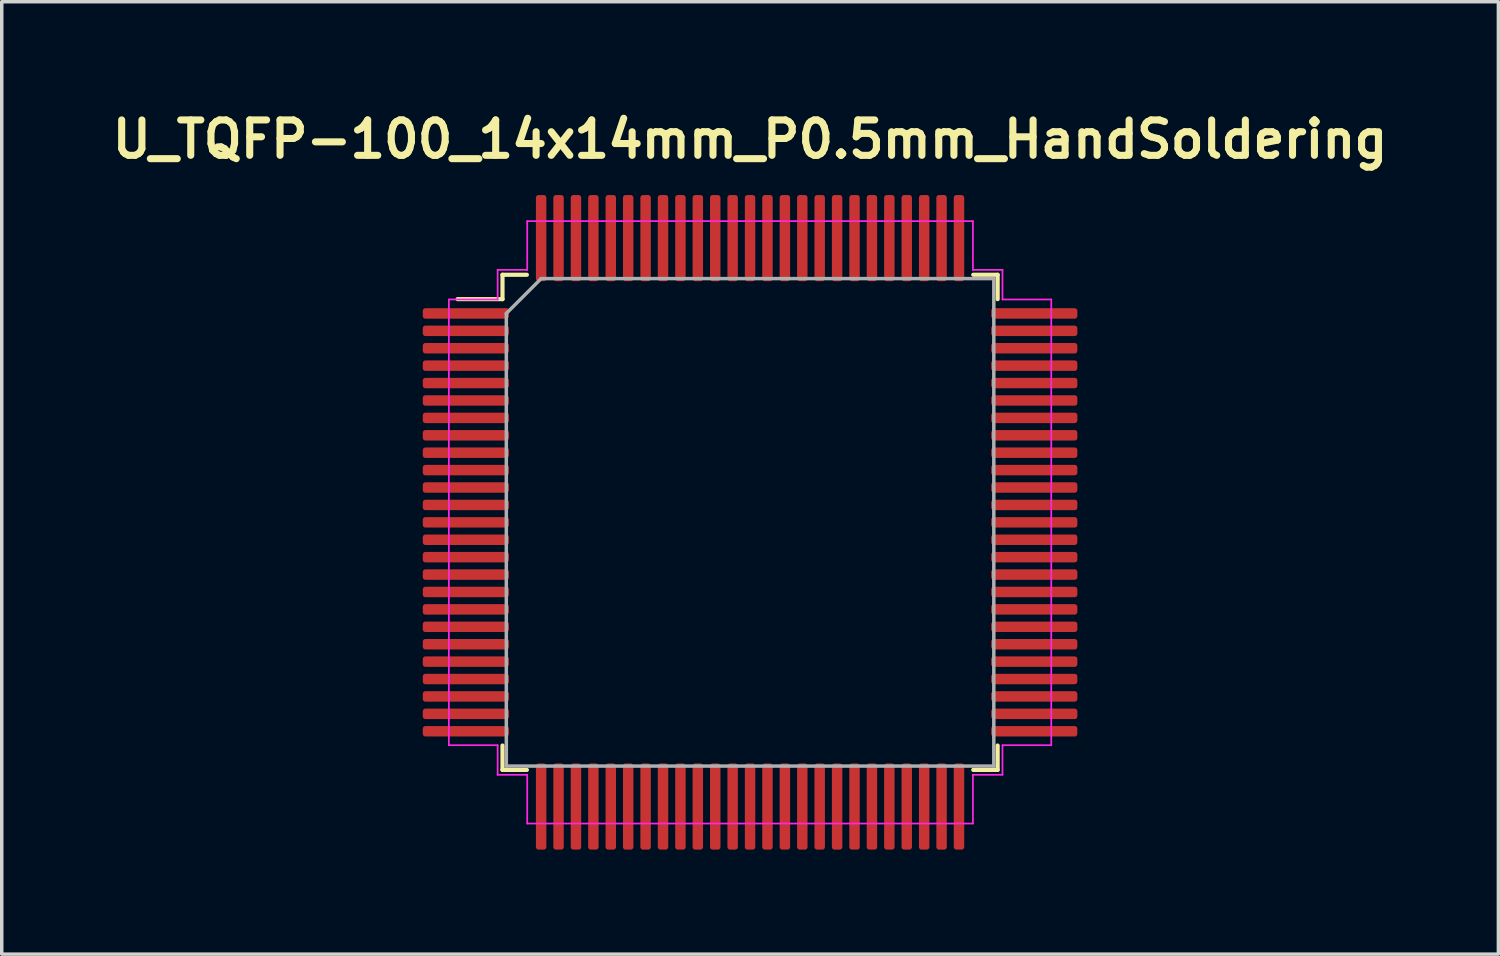
<source format=kicad_pcb>
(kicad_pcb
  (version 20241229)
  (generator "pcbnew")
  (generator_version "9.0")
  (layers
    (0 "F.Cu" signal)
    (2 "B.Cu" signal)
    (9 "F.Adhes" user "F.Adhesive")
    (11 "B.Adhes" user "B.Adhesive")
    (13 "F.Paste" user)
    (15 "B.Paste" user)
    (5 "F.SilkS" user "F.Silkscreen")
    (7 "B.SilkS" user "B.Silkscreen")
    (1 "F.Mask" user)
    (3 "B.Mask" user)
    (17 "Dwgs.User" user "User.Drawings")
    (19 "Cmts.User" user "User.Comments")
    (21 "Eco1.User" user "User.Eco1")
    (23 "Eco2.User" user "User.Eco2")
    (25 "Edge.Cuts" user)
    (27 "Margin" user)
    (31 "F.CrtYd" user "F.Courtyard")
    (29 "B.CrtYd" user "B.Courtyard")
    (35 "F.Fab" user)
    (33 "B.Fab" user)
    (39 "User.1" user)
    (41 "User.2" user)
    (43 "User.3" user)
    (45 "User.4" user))
  (footprint "U_TQFP-100_14x14mm_P0.5mm_HandSoldering"
    (layer "F.Cu")
    (at 18.491 11.951)
    (property "Reference" "U_TQFP-100_14x14mm_P0.5mm_HandSoldering" (at 0 -11 0) (layer "F.SilkS") (effects (font (size 1.016 1.016) (thickness 0.203))))
    (attr smd)
    (fp_line (start -7.11 -7.11) (end -7.11 -6.41) (stroke (width 0.12) (type solid)) (layer "F.SilkS"))
    (fp_line (start -7.11 -6.41) (end -8.4 -6.41) (stroke (width 0.12) (type solid)) (layer "F.SilkS"))
    (fp_line (start -7.11 7.11) (end -7.11 6.41) (stroke (width 0.12) (type solid)) (layer "F.SilkS"))
    (fp_line (start -6.41 -7.11) (end -7.11 -7.11) (stroke (width 0.12) (type solid)) (layer "F.SilkS"))
    (fp_line (start -6.41 7.11) (end -7.11 7.11) (stroke (width 0.12) (type solid)) (layer "F.SilkS"))
    (fp_line (start 6.41 -7.11) (end 7.11 -7.11) (stroke (width 0.12) (type solid)) (layer "F.SilkS"))
    (fp_line (start 6.41 7.11) (end 7.11 7.11) (stroke (width 0.12) (type solid)) (layer "F.SilkS"))
    (fp_line (start 7.11 -7.11) (end 7.11 -6.41) (stroke (width 0.12) (type solid)) (layer "F.SilkS"))
    (fp_line (start 7.11 7.11) (end 7.11 6.41) (stroke (width 0.12) (type solid)) (layer "F.SilkS"))
    (fp_line (start -8.65 -6.4) (end -8.65 0) (stroke (width 0.05) (type solid)) (layer "F.CrtYd"))
    (fp_line (start -8.65 6.4) (end -8.65 0) (stroke (width 0.05) (type solid)) (layer "F.CrtYd"))
    (fp_line (start -7.25 -7.25) (end -7.25 -6.4) (stroke (width 0.05) (type solid)) (layer "F.CrtYd"))
    (fp_line (start -7.25 -6.4) (end -8.65 -6.4) (stroke (width 0.05) (type solid)) (layer "F.CrtYd"))
    (fp_line (start -7.25 6.4) (end -8.65 6.4) (stroke (width 0.05) (type solid)) (layer "F.CrtYd"))
    (fp_line (start -7.25 7.25) (end -7.25 6.4) (stroke (width 0.05) (type solid)) (layer "F.CrtYd"))
    (fp_line (start -6.4 -8.65) (end -6.4 -7.25) (stroke (width 0.05) (type solid)) (layer "F.CrtYd"))
    (fp_line (start -6.4 -7.25) (end -7.25 -7.25) (stroke (width 0.05) (type solid)) (layer "F.CrtYd"))
    (fp_line (start -6.4 7.25) (end -7.25 7.25) (stroke (width 0.05) (type solid)) (layer "F.CrtYd"))
    (fp_line (start -6.4 8.65) (end -6.4 7.25) (stroke (width 0.05) (type solid)) (layer "F.CrtYd"))
    (fp_line (start 0 -8.65) (end -6.4 -8.65) (stroke (width 0.05) (type solid)) (layer "F.CrtYd"))
    (fp_line (start 0 -8.65) (end 6.4 -8.65) (stroke (width 0.05) (type solid)) (layer "F.CrtYd"))
    (fp_line (start 0 8.65) (end -6.4 8.65) (stroke (width 0.05) (type solid)) (layer "F.CrtYd"))
    (fp_line (start 0 8.65) (end 6.4 8.65) (stroke (width 0.05) (type solid)) (layer "F.CrtYd"))
    (fp_line (start 6.4 -8.65) (end 6.4 -7.25) (stroke (width 0.05) (type solid)) (layer "F.CrtYd"))
    (fp_line (start 6.4 -7.25) (end 7.25 -7.25) (stroke (width 0.05) (type solid)) (layer "F.CrtYd"))
    (fp_line (start 6.4 7.25) (end 7.25 7.25) (stroke (width 0.05) (type solid)) (layer "F.CrtYd"))
    (fp_line (start 6.4 8.65) (end 6.4 7.25) (stroke (width 0.05) (type solid)) (layer "F.CrtYd"))
    (fp_line (start 7.25 -7.25) (end 7.25 -6.4) (stroke (width 0.05) (type solid)) (layer "F.CrtYd"))
    (fp_line (start 7.25 -6.4) (end 8.65 -6.4) (stroke (width 0.05) (type solid)) (layer "F.CrtYd"))
    (fp_line (start 7.25 6.4) (end 8.65 6.4) (stroke (width 0.05) (type solid)) (layer "F.CrtYd"))
    (fp_line (start 7.25 7.25) (end 7.25 6.4) (stroke (width 0.05) (type solid)) (layer "F.CrtYd"))
    (fp_line (start 8.65 -6.4) (end 8.65 0) (stroke (width 0.05) (type solid)) (layer "F.CrtYd"))
    (fp_line (start 8.65 6.4) (end 8.65 0) (stroke (width 0.05) (type solid)) (layer "F.CrtYd"))
    (fp_line (start -7 -6) (end -6 -7) (stroke (width 0.1) (type solid)) (layer "F.Fab"))
    (fp_line (start -7 7) (end -7 -6) (stroke (width 0.1) (type solid)) (layer "F.Fab"))
    (fp_line (start -6 -7) (end 7 -7) (stroke (width 0.1) (type solid)) (layer "F.Fab"))
    (fp_line (start 7 -7) (end 7 7) (stroke (width 0.1) (type solid)) (layer "F.Fab"))
    (fp_line (start 7 7) (end -7 7) (stroke (width 0.1) (type solid)) (layer "F.Fab"))
    (pad "1" smd roundrect (at -8.162 -6) (size 2.475 0.3) (layers "F.Cu" "F.Mask" "F.Paste") (roundrect_rratio 0.25))
    (pad "2" smd roundrect (at -8.162 -5.5) (size 2.475 0.3) (layers "F.Cu" "F.Mask" "F.Paste") (roundrect_rratio 0.25))
    (pad "3" smd roundrect (at -8.162 -5) (size 2.475 0.3) (layers "F.Cu" "F.Mask" "F.Paste") (roundrect_rratio 0.25))
    (pad "4" smd roundrect (at -8.162 -4.5) (size 2.475 0.3) (layers "F.Cu" "F.Mask" "F.Paste") (roundrect_rratio 0.25))
    (pad "5" smd roundrect (at -8.162 -4) (size 2.475 0.3) (layers "F.Cu" "F.Mask" "F.Paste") (roundrect_rratio 0.25))
    (pad "6" smd roundrect (at -8.162 -3.5) (size 2.475 0.3) (layers "F.Cu" "F.Mask" "F.Paste") (roundrect_rratio 0.25))
    (pad "7" smd roundrect (at -8.162 -3) (size 2.475 0.3) (layers "F.Cu" "F.Mask" "F.Paste") (roundrect_rratio 0.25))
    (pad "8" smd roundrect (at -8.162 -2.5) (size 2.475 0.3) (layers "F.Cu" "F.Mask" "F.Paste") (roundrect_rratio 0.25))
    (pad "9" smd roundrect (at -8.162 -2) (size 2.475 0.3) (layers "F.Cu" "F.Mask" "F.Paste") (roundrect_rratio 0.25))
    (pad "10" smd roundrect (at -8.162 -1.5) (size 2.475 0.3) (layers "F.Cu" "F.Mask" "F.Paste") (roundrect_rratio 0.25))
    (pad "11" smd roundrect (at -8.162 -1) (size 2.475 0.3) (layers "F.Cu" "F.Mask" "F.Paste") (roundrect_rratio 0.25))
    (pad "12" smd roundrect (at -8.162 -0.5) (size 2.475 0.3) (layers "F.Cu" "F.Mask" "F.Paste") (roundrect_rratio 0.25))
    (pad "13" smd roundrect (at -8.162 0) (size 2.475 0.3) (layers "F.Cu" "F.Mask" "F.Paste") (roundrect_rratio 0.25))
    (pad "14" smd roundrect (at -8.162 0.5) (size 2.475 0.3) (layers "F.Cu" "F.Mask" "F.Paste") (roundrect_rratio 0.25))
    (pad "15" smd roundrect (at -8.162 1) (size 2.475 0.3) (layers "F.Cu" "F.Mask" "F.Paste") (roundrect_rratio 0.25))
    (pad "16" smd roundrect (at -8.162 1.5) (size 2.475 0.3) (layers "F.Cu" "F.Mask" "F.Paste") (roundrect_rratio 0.25))
    (pad "17" smd roundrect (at -8.162 2) (size 2.475 0.3) (layers "F.Cu" "F.Mask" "F.Paste") (roundrect_rratio 0.25))
    (pad "18" smd roundrect (at -8.162 2.5) (size 2.475 0.3) (layers "F.Cu" "F.Mask" "F.Paste") (roundrect_rratio 0.25))
    (pad "19" smd roundrect (at -8.162 3) (size 2.475 0.3) (layers "F.Cu" "F.Mask" "F.Paste") (roundrect_rratio 0.25))
    (pad "20" smd roundrect (at -8.162 3.5) (size 2.475 0.3) (layers "F.Cu" "F.Mask" "F.Paste") (roundrect_rratio 0.25))
    (pad "21" smd roundrect (at -8.162 4) (size 2.475 0.3) (layers "F.Cu" "F.Mask" "F.Paste") (roundrect_rratio 0.25))
    (pad "22" smd roundrect (at -8.162 4.5) (size 2.475 0.3) (layers "F.Cu" "F.Mask" "F.Paste") (roundrect_rratio 0.25))
    (pad "23" smd roundrect (at -8.162 5) (size 2.475 0.3) (layers "F.Cu" "F.Mask" "F.Paste") (roundrect_rratio 0.25))
    (pad "24" smd roundrect (at -8.162 5.5) (size 2.475 0.3) (layers "F.Cu" "F.Mask" "F.Paste") (roundrect_rratio 0.25))
    (pad "25" smd roundrect (at -8.162 6) (size 2.475 0.3) (layers "F.Cu" "F.Mask" "F.Paste") (roundrect_rratio 0.25))
    (pad "26" smd roundrect (at -6 8.162) (size 0.3 2.475) (layers "F.Cu" "F.Mask" "F.Paste") (roundrect_rratio 0.25))
    (pad "27" smd roundrect (at -5.5 8.162) (size 0.3 2.475) (layers "F.Cu" "F.Mask" "F.Paste") (roundrect_rratio 0.25))
    (pad "28" smd roundrect (at -5 8.162) (size 0.3 2.475) (layers "F.Cu" "F.Mask" "F.Paste") (roundrect_rratio 0.25))
    (pad "29" smd roundrect (at -4.5 8.162) (size 0.3 2.475) (layers "F.Cu" "F.Mask" "F.Paste") (roundrect_rratio 0.25))
    (pad "30" smd roundrect (at -4 8.162) (size 0.3 2.475) (layers "F.Cu" "F.Mask" "F.Paste") (roundrect_rratio 0.25))
    (pad "31" smd roundrect (at -3.5 8.162) (size 0.3 2.475) (layers "F.Cu" "F.Mask" "F.Paste") (roundrect_rratio 0.25))
    (pad "32" smd roundrect (at -3 8.162) (size 0.3 2.475) (layers "F.Cu" "F.Mask" "F.Paste") (roundrect_rratio 0.25))
    (pad "33" smd roundrect (at -2.5 8.162) (size 0.3 2.475) (layers "F.Cu" "F.Mask" "F.Paste") (roundrect_rratio 0.25))
    (pad "34" smd roundrect (at -2 8.162) (size 0.3 2.475) (layers "F.Cu" "F.Mask" "F.Paste") (roundrect_rratio 0.25))
    (pad "35" smd roundrect (at -1.5 8.162) (size 0.3 2.475) (layers "F.Cu" "F.Mask" "F.Paste") (roundrect_rratio 0.25))
    (pad "36" smd roundrect (at -1 8.162) (size 0.3 2.475) (layers "F.Cu" "F.Mask" "F.Paste") (roundrect_rratio 0.25))
    (pad "37" smd roundrect (at -0.5 8.162) (size 0.3 2.475) (layers "F.Cu" "F.Mask" "F.Paste") (roundrect_rratio 0.25))
    (pad "38" smd roundrect (at 0 8.162) (size 0.3 2.475) (layers "F.Cu" "F.Mask" "F.Paste") (roundrect_rratio 0.25))
    (pad "39" smd roundrect (at 0.5 8.162) (size 0.3 2.475) (layers "F.Cu" "F.Mask" "F.Paste") (roundrect_rratio 0.25))
    (pad "40" smd roundrect (at 1 8.162) (size 0.3 2.475) (layers "F.Cu" "F.Mask" "F.Paste") (roundrect_rratio 0.25))
    (pad "41" smd roundrect (at 1.5 8.162) (size 0.3 2.475) (layers "F.Cu" "F.Mask" "F.Paste") (roundrect_rratio 0.25))
    (pad "42" smd roundrect (at 2 8.162) (size 0.3 2.475) (layers "F.Cu" "F.Mask" "F.Paste") (roundrect_rratio 0.25))
    (pad "43" smd roundrect (at 2.5 8.162) (size 0.3 2.475) (layers "F.Cu" "F.Mask" "F.Paste") (roundrect_rratio 0.25))
    (pad "44" smd roundrect (at 3 8.162) (size 0.3 2.475) (layers "F.Cu" "F.Mask" "F.Paste") (roundrect_rratio 0.25))
    (pad "45" smd roundrect (at 3.5 8.162) (size 0.3 2.475) (layers "F.Cu" "F.Mask" "F.Paste") (roundrect_rratio 0.25))
    (pad "46" smd roundrect (at 4 8.162) (size 0.3 2.475) (layers "F.Cu" "F.Mask" "F.Paste") (roundrect_rratio 0.25))
    (pad "47" smd roundrect (at 4.5 8.162) (size 0.3 2.475) (layers "F.Cu" "F.Mask" "F.Paste") (roundrect_rratio 0.25))
    (pad "48" smd roundrect (at 5 8.162) (size 0.3 2.475) (layers "F.Cu" "F.Mask" "F.Paste") (roundrect_rratio 0.25))
    (pad "49" smd roundrect (at 5.5 8.162) (size 0.3 2.475) (layers "F.Cu" "F.Mask" "F.Paste") (roundrect_rratio 0.25))
    (pad "50" smd roundrect (at 6 8.162) (size 0.3 2.475) (layers "F.Cu" "F.Mask" "F.Paste") (roundrect_rratio 0.25))
    (pad "51" smd roundrect (at 8.162 6) (size 2.475 0.3) (layers "F.Cu" "F.Mask" "F.Paste") (roundrect_rratio 0.25))
    (pad "52" smd roundrect (at 8.162 5.5) (size 2.475 0.3) (layers "F.Cu" "F.Mask" "F.Paste") (roundrect_rratio 0.25))
    (pad "53" smd roundrect (at 8.162 5) (size 2.475 0.3) (layers "F.Cu" "F.Mask" "F.Paste") (roundrect_rratio 0.25))
    (pad "54" smd roundrect (at 8.162 4.5) (size 2.475 0.3) (layers "F.Cu" "F.Mask" "F.Paste") (roundrect_rratio 0.25))
    (pad "55" smd roundrect (at 8.162 4) (size 2.475 0.3) (layers "F.Cu" "F.Mask" "F.Paste") (roundrect_rratio 0.25))
    (pad "56" smd roundrect (at 8.162 3.5) (size 2.475 0.3) (layers "F.Cu" "F.Mask" "F.Paste") (roundrect_rratio 0.25))
    (pad "57" smd roundrect (at 8.162 3) (size 2.475 0.3) (layers "F.Cu" "F.Mask" "F.Paste") (roundrect_rratio 0.25))
    (pad "58" smd roundrect (at 8.162 2.5) (size 2.475 0.3) (layers "F.Cu" "F.Mask" "F.Paste") (roundrect_rratio 0.25))
    (pad "59" smd roundrect (at 8.162 2) (size 2.475 0.3) (layers "F.Cu" "F.Mask" "F.Paste") (roundrect_rratio 0.25))
    (pad "60" smd roundrect (at 8.162 1.5) (size 2.475 0.3) (layers "F.Cu" "F.Mask" "F.Paste") (roundrect_rratio 0.25))
    (pad "61" smd roundrect (at 8.162 1) (size 2.475 0.3) (layers "F.Cu" "F.Mask" "F.Paste") (roundrect_rratio 0.25))
    (pad "62" smd roundrect (at 8.162 0.5) (size 2.475 0.3) (layers "F.Cu" "F.Mask" "F.Paste") (roundrect_rratio 0.25))
    (pad "63" smd roundrect (at 8.162 0) (size 2.475 0.3) (layers "F.Cu" "F.Mask" "F.Paste") (roundrect_rratio 0.25))
    (pad "64" smd roundrect (at 8.162 -0.5) (size 2.475 0.3) (layers "F.Cu" "F.Mask" "F.Paste") (roundrect_rratio 0.25))
    (pad "65" smd roundrect (at 8.162 -1) (size 2.475 0.3) (layers "F.Cu" "F.Mask" "F.Paste") (roundrect_rratio 0.25))
    (pad "66" smd roundrect (at 8.162 -1.5) (size 2.475 0.3) (layers "F.Cu" "F.Mask" "F.Paste") (roundrect_rratio 0.25))
    (pad "67" smd roundrect (at 8.162 -2) (size 2.475 0.3) (layers "F.Cu" "F.Mask" "F.Paste") (roundrect_rratio 0.25))
    (pad "68" smd roundrect (at 8.162 -2.5) (size 2.475 0.3) (layers "F.Cu" "F.Mask" "F.Paste") (roundrect_rratio 0.25))
    (pad "69" smd roundrect (at 8.162 -3) (size 2.475 0.3) (layers "F.Cu" "F.Mask" "F.Paste") (roundrect_rratio 0.25))
    (pad "70" smd roundrect (at 8.162 -3.5) (size 2.475 0.3) (layers "F.Cu" "F.Mask" "F.Paste") (roundrect_rratio 0.25))
    (pad "71" smd roundrect (at 8.162 -4) (size 2.475 0.3) (layers "F.Cu" "F.Mask" "F.Paste") (roundrect_rratio 0.25))
    (pad "72" smd roundrect (at 8.162 -4.5) (size 2.475 0.3) (layers "F.Cu" "F.Mask" "F.Paste") (roundrect_rratio 0.25))
    (pad "73" smd roundrect (at 8.162 -5) (size 2.475 0.3) (layers "F.Cu" "F.Mask" "F.Paste") (roundrect_rratio 0.25))
    (pad "74" smd roundrect (at 8.162 -5.5) (size 2.475 0.3) (layers "F.Cu" "F.Mask" "F.Paste") (roundrect_rratio 0.25))
    (pad "75" smd roundrect (at 8.162 -6) (size 2.475 0.3) (layers "F.Cu" "F.Mask" "F.Paste") (roundrect_rratio 0.25))
    (pad "76" smd roundrect (at 6 -8.162) (size 0.3 2.475) (layers "F.Cu" "F.Mask" "F.Paste") (roundrect_rratio 0.25))
    (pad "77" smd roundrect (at 5.5 -8.162) (size 0.3 2.475) (layers "F.Cu" "F.Mask" "F.Paste") (roundrect_rratio 0.25))
    (pad "78" smd roundrect (at 5 -8.162) (size 0.3 2.475) (layers "F.Cu" "F.Mask" "F.Paste") (roundrect_rratio 0.25))
    (pad "79" smd roundrect (at 4.5 -8.162) (size 0.3 2.475) (layers "F.Cu" "F.Mask" "F.Paste") (roundrect_rratio 0.25))
    (pad "80" smd roundrect (at 4 -8.162) (size 0.3 2.475) (layers "F.Cu" "F.Mask" "F.Paste") (roundrect_rratio 0.25))
    (pad "81" smd roundrect (at 3.5 -8.162) (size 0.3 2.475) (layers "F.Cu" "F.Mask" "F.Paste") (roundrect_rratio 0.25))
    (pad "82" smd roundrect (at 3 -8.162) (size 0.3 2.475) (layers "F.Cu" "F.Mask" "F.Paste") (roundrect_rratio 0.25))
    (pad "83" smd roundrect (at 2.5 -8.162) (size 0.3 2.475) (layers "F.Cu" "F.Mask" "F.Paste") (roundrect_rratio 0.25))
    (pad "84" smd roundrect (at 2 -8.162) (size 0.3 2.475) (layers "F.Cu" "F.Mask" "F.Paste") (roundrect_rratio 0.25))
    (pad "85" smd roundrect (at 1.5 -8.162) (size 0.3 2.475) (layers "F.Cu" "F.Mask" "F.Paste") (roundrect_rratio 0.25))
    (pad "86" smd roundrect (at 1 -8.162) (size 0.3 2.475) (layers "F.Cu" "F.Mask" "F.Paste") (roundrect_rratio 0.25))
    (pad "87" smd roundrect (at 0.5 -8.162) (size 0.3 2.475) (layers "F.Cu" "F.Mask" "F.Paste") (roundrect_rratio 0.25))
    (pad "88" smd roundrect (at 0 -8.162) (size 0.3 2.475) (layers "F.Cu" "F.Mask" "F.Paste") (roundrect_rratio 0.25))
    (pad "89" smd roundrect (at -0.5 -8.162) (size 0.3 2.475) (layers "F.Cu" "F.Mask" "F.Paste") (roundrect_rratio 0.25))
    (pad "90" smd roundrect (at -1 -8.162) (size 0.3 2.475) (layers "F.Cu" "F.Mask" "F.Paste") (roundrect_rratio 0.25))
    (pad "91" smd roundrect (at -1.5 -8.162) (size 0.3 2.475) (layers "F.Cu" "F.Mask" "F.Paste") (roundrect_rratio 0.25))
    (pad "92" smd roundrect (at -2 -8.162) (size 0.3 2.475) (layers "F.Cu" "F.Mask" "F.Paste") (roundrect_rratio 0.25))
    (pad "93" smd roundrect (at -2.5 -8.162) (size 0.3 2.475) (layers "F.Cu" "F.Mask" "F.Paste") (roundrect_rratio 0.25))
    (pad "94" smd roundrect (at -3 -8.162) (size 0.3 2.475) (layers "F.Cu" "F.Mask" "F.Paste") (roundrect_rratio 0.25))
    (pad "95" smd roundrect (at -3.5 -8.162) (size 0.3 2.475) (layers "F.Cu" "F.Mask" "F.Paste") (roundrect_rratio 0.25))
    (pad "96" smd roundrect (at -4 -8.162) (size 0.3 2.475) (layers "F.Cu" "F.Mask" "F.Paste") (roundrect_rratio 0.25))
    (pad "97" smd roundrect (at -4.5 -8.162) (size 0.3 2.475) (layers "F.Cu" "F.Mask" "F.Paste") (roundrect_rratio 0.25))
    (pad "98" smd roundrect (at -5 -8.162) (size 0.3 2.475) (layers "F.Cu" "F.Mask" "F.Paste") (roundrect_rratio 0.25))
    (pad "99" smd roundrect (at -5.5 -8.162) (size 0.3 2.475) (layers "F.Cu" "F.Mask" "F.Paste") (roundrect_rratio 0.25))
    (pad "100" smd roundrect (at -6 -8.162) (size 0.3 2.475) (layers "F.Cu" "F.Mask" "F.Paste") (roundrect_rratio 0.25)))
  (gr_rect
    (start -3 -3)
    (end 39.982 24.351)
    (stroke (width 0.1) (type default))
    (fill no)
    (layer "Edge.Cuts")))
</source>
